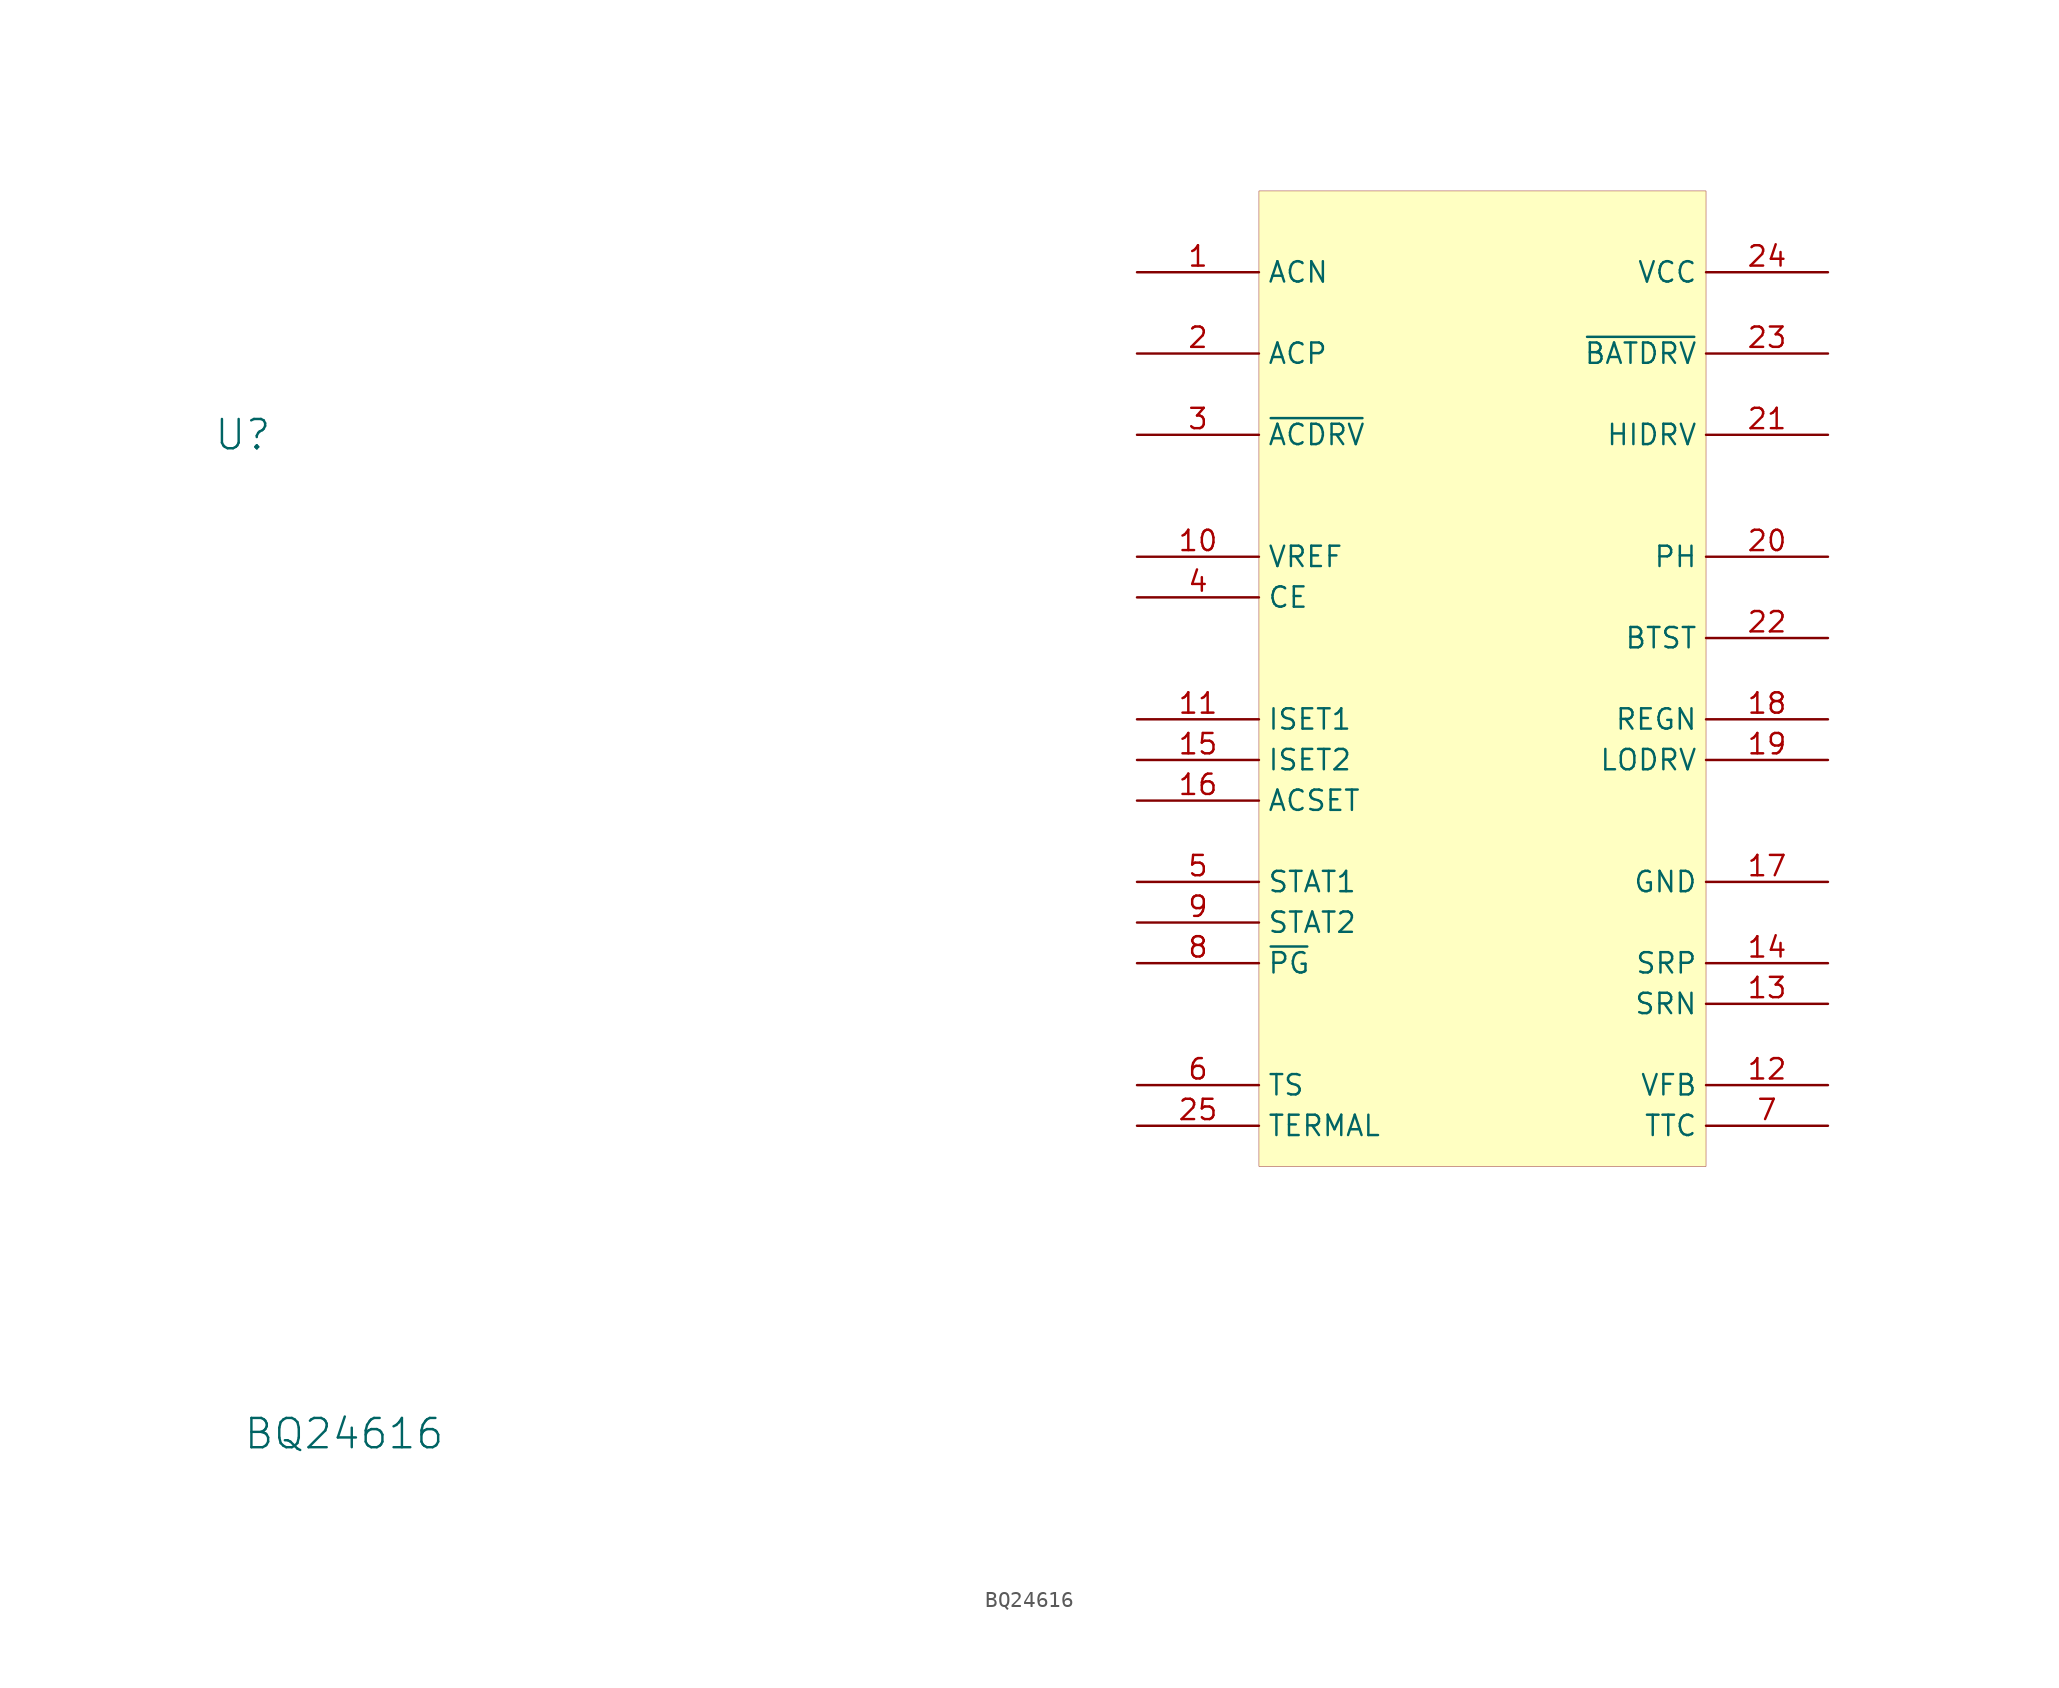
<source format=kicad_sym>
(kicad_symbol_lib
  (version 20241209)
  (generator "kicad_symbol_editor")
  (generator_version "9.0")
  (symbol "BQ24616"
    (property "Reference" "U"
      (at -78.74 15.24 0)
      (effects (font (size 1.829 1.829))))
    (property "Value" "BQ24616"
      (at -78.74 -48.26 0)
      (effects (font (size 1.829 1.829)) (justify left bottom)))
    (symbol "BQ24616_1_0"
      (rectangle (start 12.7 30.48) (end -15.24 -30.48) (stroke (width 0.025) (type solid) (color 128 0 0 1)) (fill (type background)))
      (pin input line (at -22.86 25.4 0) (length 7.62) (name "ACN" (effects (font (size 1.27 1.27)))) (number "1" (effects (font (size 1.27 1.27)))))
      (pin input line (at -22.86 20.32 0) (length 7.62) (name "ACP" (effects (font (size 1.27 1.27)))) (number "2" (effects (font (size 1.27 1.27)))))
      (pin output line (at -22.86 15.24 0) (length 7.62) (name "~{ACDRV}" (effects (font (size 1.27 1.27)))) (number "3" (effects (font (size 1.27 1.27)))))
      (pin output line (at -22.86 7.62 0) (length 7.62) (name "VREF" (effects (font (size 1.27 1.27)))) (number "10" (effects (font (size 1.27 1.27)))))
      (pin input line (at -22.86 5.08 0) (length 7.62) (name "CE" (effects (font (size 1.27 1.27)))) (number "4" (effects (font (size 1.27 1.27)))))
      (pin input line (at -22.86 -2.54 0) (length 7.62) (name "ISET1" (effects (font (size 1.27 1.27)))) (number "11" (effects (font (size 1.27 1.27)))))
      (pin input line (at -22.86 -5.08 0) (length 7.62) (name "ISET2" (effects (font (size 1.27 1.27)))) (number "15" (effects (font (size 1.27 1.27)))))
      (pin input line (at -22.86 -7.62 0) (length 7.62) (name "ACSET" (effects (font (size 1.27 1.27)))) (number "16" (effects (font (size 1.27 1.27)))))
      (pin output line (at -22.86 -12.7 0) (length 7.62) (name "STAT1" (effects (font (size 1.27 1.27)))) (number "5" (effects (font (size 1.27 1.27)))))
      (pin output line (at -22.86 -15.24 0) (length 7.62) (name "STAT2" (effects (font (size 1.27 1.27)))) (number "9" (effects (font (size 1.27 1.27)))))
      (pin output line (at -22.86 -17.78 0) (length 7.62) (name "~{PG}" (effects (font (size 1.27 1.27)))) (number "8" (effects (font (size 1.27 1.27)))))
      (pin input line (at -22.86 -25.4 0) (length 7.62) (name "TS" (effects (font (size 1.27 1.27)))) (number "6" (effects (font (size 1.27 1.27)))))
      (pin passive line (at -22.86 -27.94 0) (length 7.62) (name "TERMAL" (effects (font (size 1.27 1.27)))) (number "25" (effects (font (size 1.27 1.27)))))
      (pin input line (at 20.32 25.4 180) (length 7.62) (name "VCC" (effects (font (size 1.27 1.27)))) (number "24" (effects (font (size 1.27 1.27)))))
      (pin output line (at 20.32 20.32 180) (length 7.62) (name "~{BATDRV}" (effects (font (size 1.27 1.27)))) (number "23" (effects (font (size 1.27 1.27)))))
      (pin output line (at 20.32 15.24 180) (length 7.62) (name "HIDRV" (effects (font (size 1.27 1.27)))) (number "21" (effects (font (size 1.27 1.27)))))
      (pin input line (at 20.32 7.62 180) (length 7.62) (name "PH" (effects (font (size 1.27 1.27)))) (number "20" (effects (font (size 1.27 1.27)))))
      (pin input line (at 20.32 2.54 180) (length 7.62) (name "BTST" (effects (font (size 1.27 1.27)))) (number "22" (effects (font (size 1.27 1.27)))))
      (pin output line (at 20.32 -2.54 180) (length 7.62) (name "REGN" (effects (font (size 1.27 1.27)))) (number "18" (effects (font (size 1.27 1.27)))))
      (pin output line (at 20.32 -5.08 180) (length 7.62) (name "LODRV" (effects (font (size 1.27 1.27)))) (number "19" (effects (font (size 1.27 1.27)))))
      (pin power_in line (at 20.32 -12.7 180) (length 7.62) (name "GND" (effects (font (size 1.27 1.27)))) (number "17" (effects (font (size 1.27 1.27)))))
      (pin bidirectional line (at 20.32 -17.78 180) (length 7.62) (name "SRP" (effects (font (size 1.27 1.27)))) (number "14" (effects (font (size 1.27 1.27)))))
      (pin bidirectional line (at 20.32 -20.32 180) (length 7.62) (name "SRN" (effects (font (size 1.27 1.27)))) (number "13" (effects (font (size 1.27 1.27)))))
      (pin input line (at 20.32 -25.4 180) (length 7.62) (name "VFB" (effects (font (size 1.27 1.27)))) (number "12" (effects (font (size 1.27 1.27)))))
      (pin input line (at 20.32 -27.94 180) (length 7.62) (name "TTC" (effects (font (size 1.27 1.27)))) (number "7" (effects (font (size 1.27 1.27))))))))
</source>
